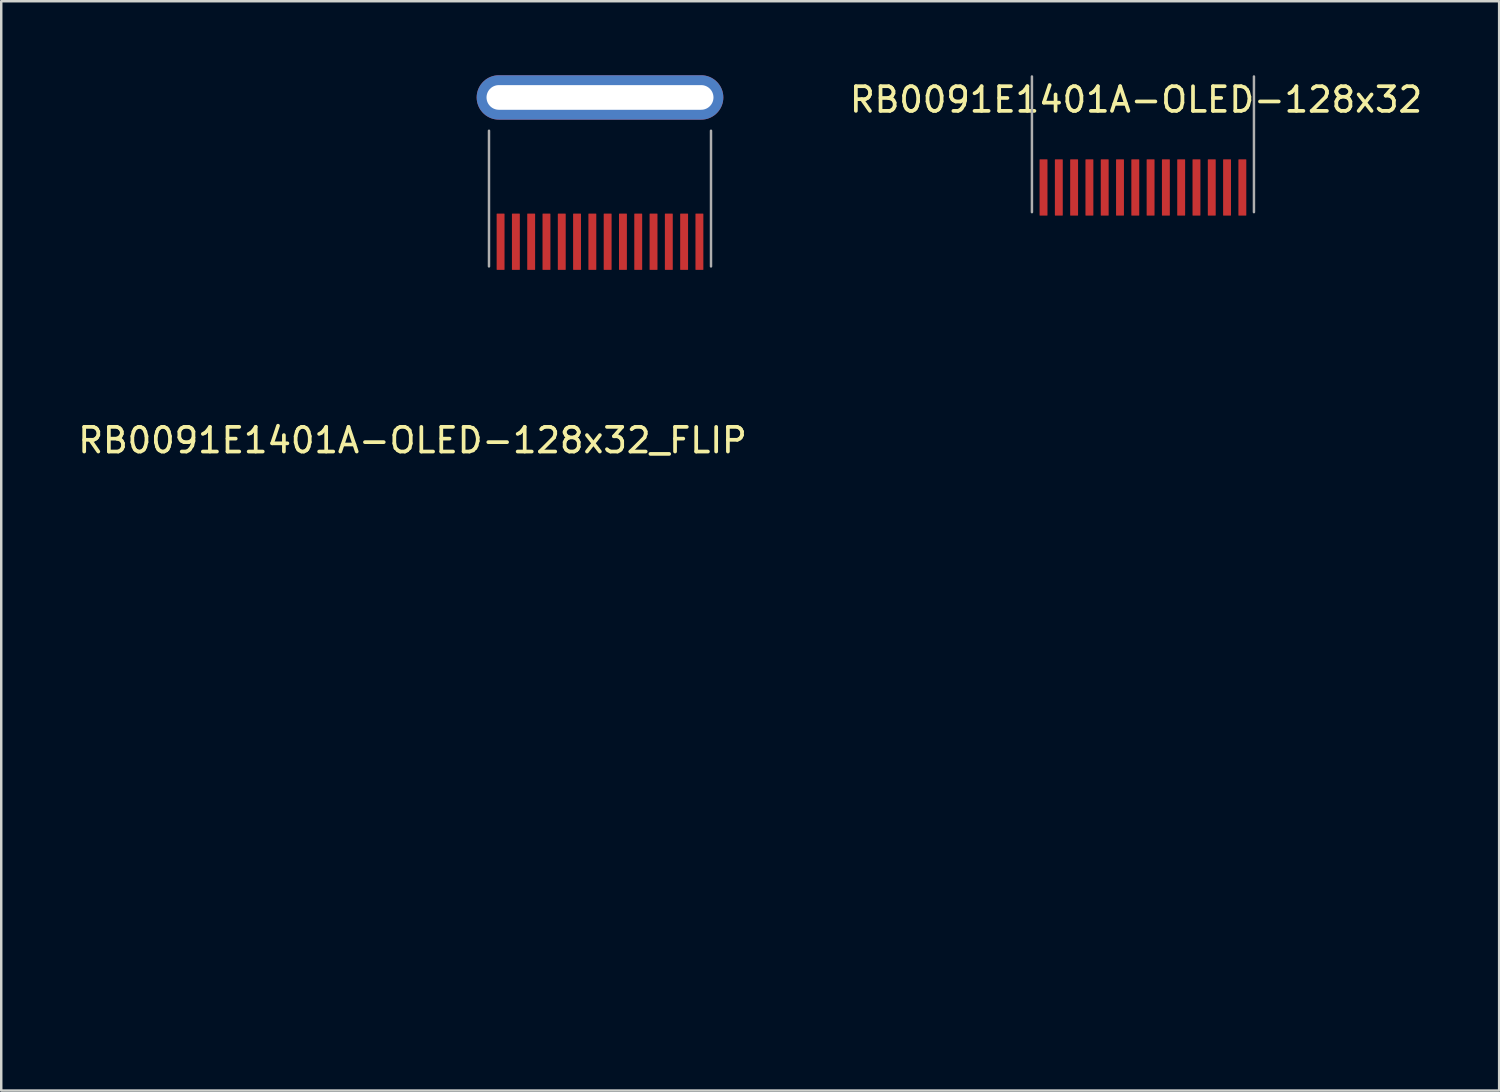
<source format=kicad_pcb>
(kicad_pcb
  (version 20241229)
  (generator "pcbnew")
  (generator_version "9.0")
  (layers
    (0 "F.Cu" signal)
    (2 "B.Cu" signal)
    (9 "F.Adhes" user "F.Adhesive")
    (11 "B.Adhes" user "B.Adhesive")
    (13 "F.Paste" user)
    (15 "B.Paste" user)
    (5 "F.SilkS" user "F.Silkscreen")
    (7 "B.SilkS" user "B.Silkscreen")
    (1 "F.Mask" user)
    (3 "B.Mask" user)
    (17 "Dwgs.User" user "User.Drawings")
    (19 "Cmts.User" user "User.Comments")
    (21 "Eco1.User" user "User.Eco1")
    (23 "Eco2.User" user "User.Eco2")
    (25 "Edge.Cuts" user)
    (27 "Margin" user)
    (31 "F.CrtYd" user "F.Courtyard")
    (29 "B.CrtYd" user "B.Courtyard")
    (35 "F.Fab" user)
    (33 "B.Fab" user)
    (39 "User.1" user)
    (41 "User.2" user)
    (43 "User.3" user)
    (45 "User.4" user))
  (footprint "RB0091E1401A-OLED-128x32_FLIP"
    (layer "F.Cu")
    (at 21.273 14.8)
    (property "Reference" "RB0091E1401A-OLED-128x32_FLIP" (at -7.6 0 0) (unlocked yes) (layer "F.SilkS") (effects (font (size 1 1) (thickness 0.15))))
    (attr smd)
    (fp_line (start -4.5 -12.55) (end -4.5 -7.05) (stroke (width 0.1) (type solid)) (layer "F.Fab"))
    (fp_line (start 4.5 -12.55) (end 4.5 -7.05) (stroke (width 0.1) (type solid)) (layer "F.Fab"))
    (fp_rect (start -4.55 -6.7) (end 6.95 23.3) (stroke (width 0.12) (type solid)) (fill no) (layer "User.2"))
    (fp_rect (start -4.5 -6.7) (end 6.9 -11.7) (stroke (width 0.12) (type solid)) (fill no) (layer "User.3"))
    (pad "1" smd roundrect (at -4.03 -8.05 90) (size 2.28 0.32) (layers "F.Cu" "F.Mask" "F.Paste") (roundrect_rratio 0.05))
    (pad "2" smd roundrect (at -3.41 -8.05 90) (size 2.28 0.32) (layers "F.Cu" "F.Mask" "F.Paste") (roundrect_rratio 0.05))
    (pad "3" smd roundrect (at -2.79 -8.05 90) (size 2.28 0.32) (layers "F.Cu" "F.Mask" "F.Paste") (roundrect_rratio 0.05))
    (pad "4" smd roundrect (at -2.17 -8.05 90) (size 2.28 0.32) (layers "F.Cu" "F.Mask" "F.Paste") (roundrect_rratio 0.05))
    (pad "5" smd roundrect (at -1.55 -8.05 90) (size 2.28 0.32) (layers "F.Cu" "F.Mask" "F.Paste") (roundrect_rratio 0.05))
    (pad "6" smd roundrect (at -0.93 -8.05 90) (size 2.28 0.32) (layers "F.Cu" "F.Mask" "F.Paste") (roundrect_rratio 0.05))
    (pad "7" smd roundrect (at -0.31 -8.05 90) (size 2.28 0.32) (layers "F.Cu" "F.Mask" "F.Paste") (roundrect_rratio 0.05))
    (pad "8" smd roundrect (at 0.31 -8.05 90) (size 2.28 0.32) (layers "F.Cu" "F.Mask" "F.Paste") (roundrect_rratio 0.05))
    (pad "9" smd roundrect (at 0.93 -8.05 90) (size 2.28 0.32) (layers "F.Cu" "F.Mask" "F.Paste") (roundrect_rratio 0.05))
    (pad "10" smd roundrect (at 1.55 -8.05 90) (size 2.28 0.32) (layers "F.Cu" "F.Mask" "F.Paste") (roundrect_rratio 0.05))
    (pad "11" smd roundrect (at 2.17 -8.05 90) (size 2.28 0.32) (layers "F.Cu" "F.Mask" "F.Paste") (roundrect_rratio 0.05))
    (pad "12" smd roundrect (at 2.79 -8.05 90) (size 2.28 0.32) (layers "F.Cu" "F.Mask" "F.Paste") (roundrect_rratio 0.05))
    (pad "13" smd roundrect (at 3.41 -8.05 90) (size 2.28 0.32) (layers "F.Cu" "F.Mask" "F.Paste") (roundrect_rratio 0.05))
    (pad "14" smd roundrect (at 4.03 -8.05 90) (size 2.28 0.32) (layers "F.Cu" "F.Mask" "F.Paste") (roundrect_rratio 0.05))
    (pad "15" thru_hole oval (at 0 -13.9) (size 10 1.8) (drill oval 9.2 1) (layers "*.Cu" "*.Mask")))
  (footprint "RB0091E1401A-OLED-128x32"
    (layer "F.Cu")
    (at 43.283 4.55)
    (property "Reference" "RB0091E1401A-OLED-128x32" (at -0.28 -3.56 0) (unlocked yes) (layer "F.SilkS") (effects (font (size 1 1) (thickness 0.15))))
    (attr smd)
    (fp_line (start -4.5 -4.5) (end -4.5 1) (stroke (width 0.1) (type solid)) (layer "F.Fab"))
    (fp_line (start 4.5 -4.5) (end 4.5 1) (stroke (width 0.1) (type solid)) (layer "F.Fab"))
    (pad "1" smd roundrect (at -4.03 0 90) (size 2.28 0.32) (layers "F.Cu" "F.Mask" "F.Paste") (roundrect_rratio 0.05))
    (pad "2" smd roundrect (at -3.41 0 90) (size 2.28 0.32) (layers "F.Cu" "F.Mask" "F.Paste") (roundrect_rratio 0.05))
    (pad "3" smd roundrect (at -2.79 0 90) (size 2.28 0.32) (layers "F.Cu" "F.Mask" "F.Paste") (roundrect_rratio 0.05))
    (pad "4" smd roundrect (at -2.17 0 90) (size 2.28 0.32) (layers "F.Cu" "F.Mask" "F.Paste") (roundrect_rratio 0.05))
    (pad "5" smd roundrect (at -1.55 0 90) (size 2.28 0.32) (layers "F.Cu" "F.Mask" "F.Paste") (roundrect_rratio 0.05))
    (pad "6" smd roundrect (at -0.93 0 90) (size 2.28 0.32) (layers "F.Cu" "F.Mask" "F.Paste") (roundrect_rratio 0.05))
    (pad "7" smd roundrect (at -0.31 0 90) (size 2.28 0.32) (layers "F.Cu" "F.Mask" "F.Paste") (roundrect_rratio 0.05))
    (pad "8" smd roundrect (at 0.31 0 90) (size 2.28 0.32) (layers "F.Cu" "F.Mask" "F.Paste") (roundrect_rratio 0.05))
    (pad "9" smd roundrect (at 0.93 0 90) (size 2.28 0.32) (layers "F.Cu" "F.Mask" "F.Paste") (roundrect_rratio 0.05))
    (pad "10" smd roundrect (at 1.55 0 90) (size 2.28 0.32) (layers "F.Cu" "F.Mask" "F.Paste") (roundrect_rratio 0.05))
    (pad "11" smd roundrect (at 2.17 0 90) (size 2.28 0.32) (layers "F.Cu" "F.Mask" "F.Paste") (roundrect_rratio 0.05))
    (pad "12" smd roundrect (at 2.79 0 90) (size 2.28 0.32) (layers "F.Cu" "F.Mask" "F.Paste") (roundrect_rratio 0.05))
    (pad "13" smd roundrect (at 3.41 0 90) (size 2.28 0.32) (layers "F.Cu" "F.Mask" "F.Paste") (roundrect_rratio 0.05))
    (pad "14" smd roundrect (at 4.03 0 90) (size 2.28 0.32) (layers "F.Cu" "F.Mask" "F.Paste") (roundrect_rratio 0.05)))
  (gr_rect
    (start -3 -3)
    (end 57.723 41.16)
    (stroke (width 0.1) (type default))
    (fill no)
    (layer "Edge.Cuts")))
</source>
